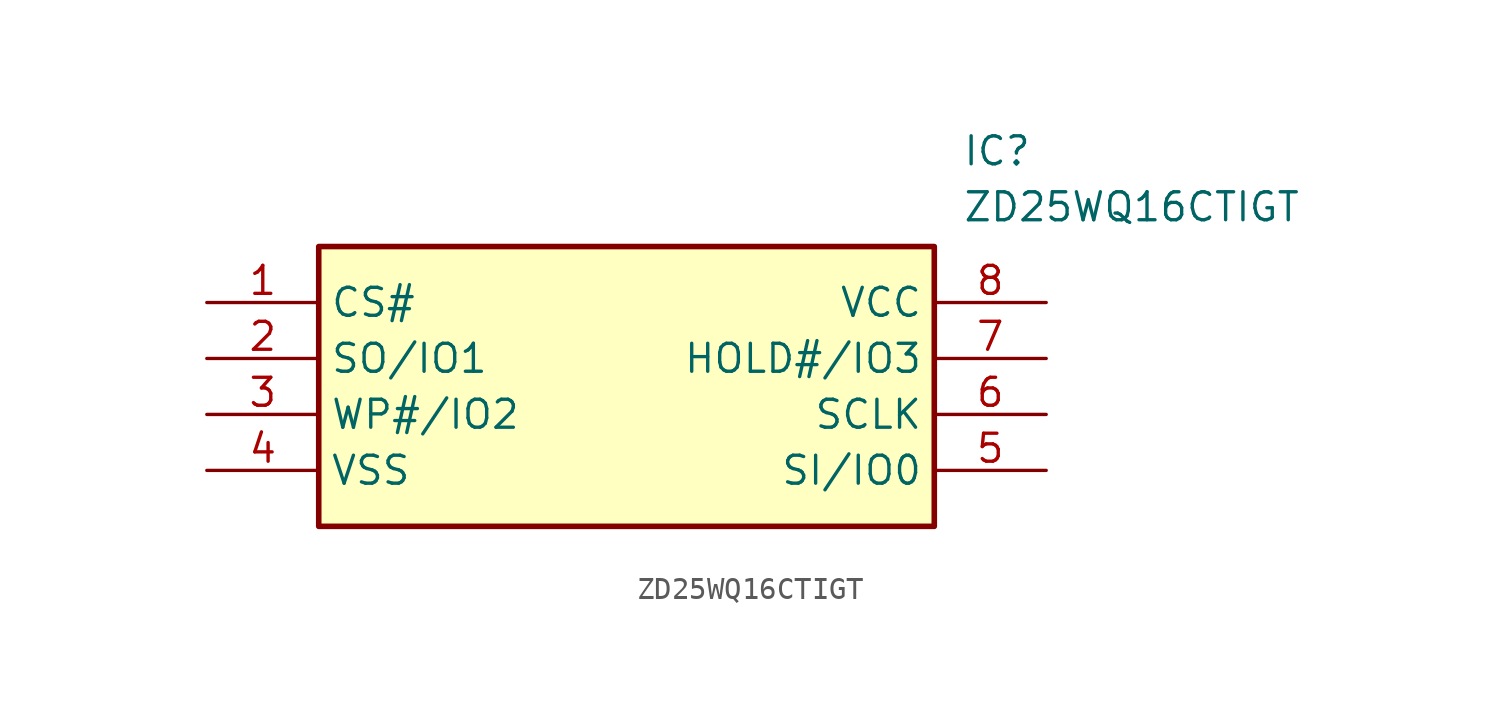
<source format=kicad_sym>
(kicad_symbol_lib
  (version 20211014)
  (generator SamacSys_ECAD_Model)
  (symbol "ZD25WQ16CTIGT"
    (property "Reference" "IC"
      (at 34.29 7.62 0)
      (effects (font (size 1.27 1.27)) (justify left top)))
    (property "Value" "ZD25WQ16CTIGT"
      (at 34.29 5.08 0)
      (effects (font (size 1.27 1.27)) (justify left top)))
    (rectangle
      (start 5.08 2.54)
      (end 33.02 -10.16)
      (stroke (width 0.254) (type default))
      (fill (type background)))
    (pin passive line
      (at 0 0 0)
      (length 5.08)
      (name "CS#" (effects (font (size 1.27 1.27))))
      (number "1" (effects (font (size 1.27 1.27)))))
    (pin passive line
      (at 0 -2.54 0)
      (length 5.08)
      (name "SO/IO1" (effects (font (size 1.27 1.27))))
      (number "2" (effects (font (size 1.27 1.27)))))
    (pin passive line
      (at 0 -5.08 0)
      (length 5.08)
      (name "WP#/IO2" (effects (font (size 1.27 1.27))))
      (number "3" (effects (font (size 1.27 1.27)))))
    (pin passive line
      (at 0 -7.62 0)
      (length 5.08)
      (name "VSS" (effects (font (size 1.27 1.27))))
      (number "4" (effects (font (size 1.27 1.27)))))
    (pin passive line
      (at 38.1 0 180)
      (length 5.08)
      (name "VCC" (effects (font (size 1.27 1.27))))
      (number "8" (effects (font (size 1.27 1.27)))))
    (pin passive line
      (at 38.1 -2.54 180)
      (length 5.08)
      (name "HOLD#/IO3" (effects (font (size 1.27 1.27))))
      (number "7" (effects (font (size 1.27 1.27)))))
    (pin passive line
      (at 38.1 -5.08 180)
      (length 5.08)
      (name "SCLK" (effects (font (size 1.27 1.27))))
      (number "6" (effects (font (size 1.27 1.27)))))
    (pin passive line
      (at 38.1 -7.62 180)
      (length 5.08)
      (name "SI/IO0" (effects (font (size 1.27 1.27))))
      (number "5" (effects (font (size 1.27 1.27)))))))
</source>
